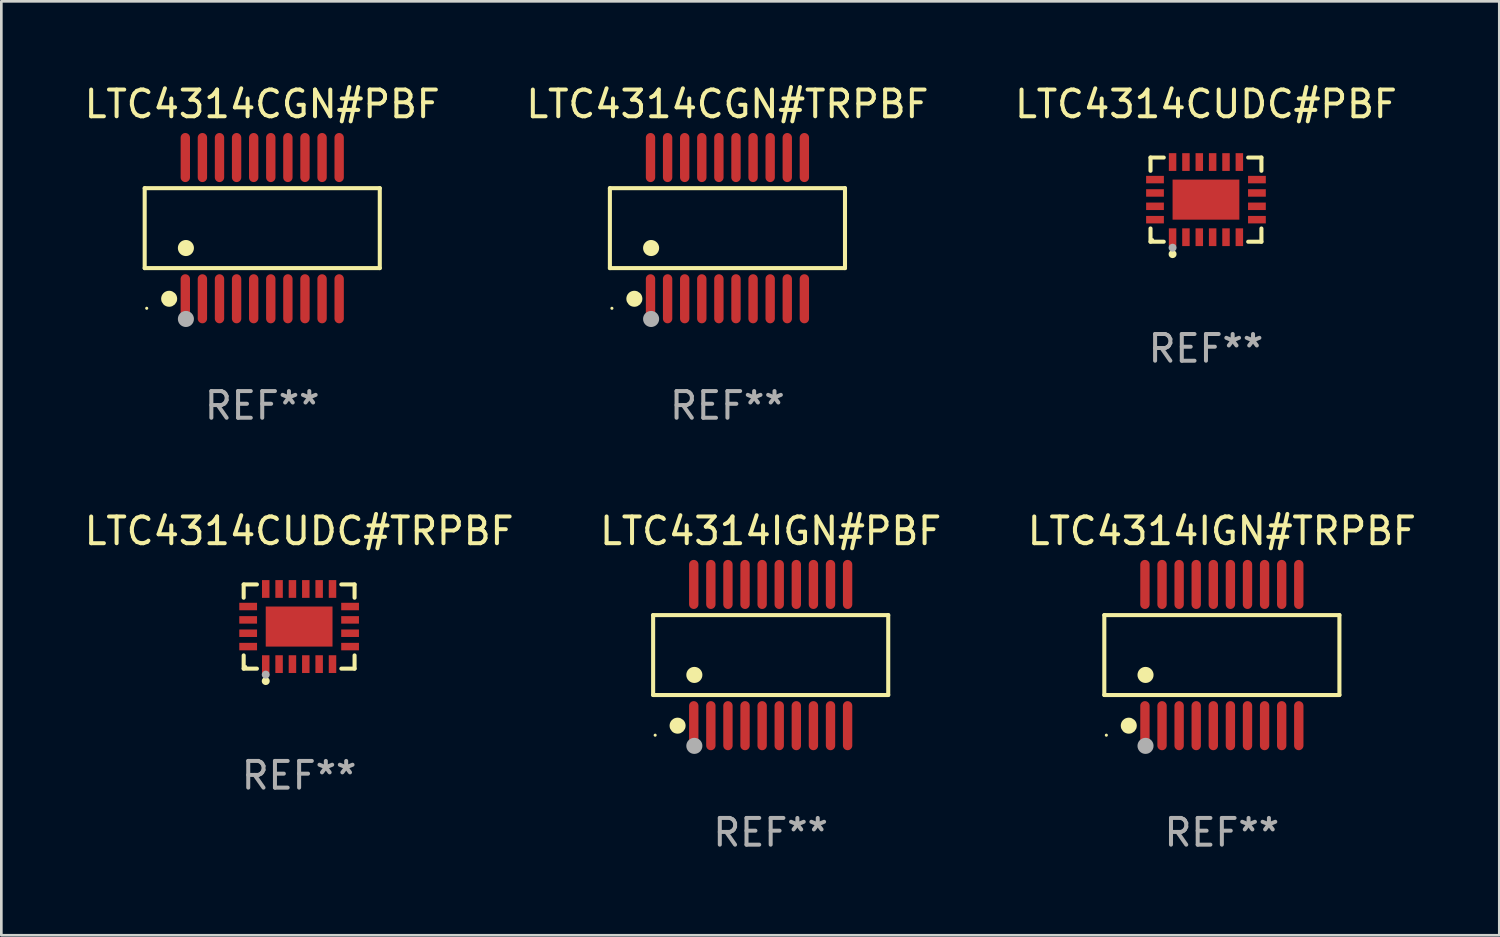
<source format=kicad_pcb>
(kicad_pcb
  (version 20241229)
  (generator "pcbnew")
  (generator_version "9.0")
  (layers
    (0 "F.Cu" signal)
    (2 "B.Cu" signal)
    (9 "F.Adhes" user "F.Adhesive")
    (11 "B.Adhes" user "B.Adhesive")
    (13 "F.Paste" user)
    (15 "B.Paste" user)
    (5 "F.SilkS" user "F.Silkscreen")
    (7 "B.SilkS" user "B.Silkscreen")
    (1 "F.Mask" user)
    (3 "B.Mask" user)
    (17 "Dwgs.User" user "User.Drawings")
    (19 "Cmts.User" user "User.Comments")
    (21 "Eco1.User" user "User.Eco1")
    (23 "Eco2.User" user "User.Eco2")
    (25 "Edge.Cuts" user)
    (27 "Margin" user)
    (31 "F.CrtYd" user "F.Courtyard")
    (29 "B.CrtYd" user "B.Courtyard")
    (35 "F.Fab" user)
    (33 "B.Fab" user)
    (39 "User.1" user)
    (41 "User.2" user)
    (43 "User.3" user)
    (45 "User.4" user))
  (footprint "LTC4314CGN#TRPBF"
    (layer "F.Cu")
    (at 24.185 5.492)
    (property "Reference" "LTC4314CGN#TRPBF" (at 0 -4.644 0) (layer "F.SilkS") (effects (font (size 1 1) (thickness 0.15))))
    (attr through_hole)
    (fp_line (start -4.401 -1.497) (end 4.401 -1.497) (stroke (width 0.152) (type solid)) (layer "F.SilkS"))
    (fp_line (start -4.401 1.496) (end -4.401 -1.497) (stroke (width 0.152) (type solid)) (layer "F.SilkS"))
    (fp_line (start 4.401 -1.497) (end 4.401 1.496) (stroke (width 0.152) (type solid)) (layer "F.SilkS"))
    (fp_line (start 4.401 1.496) (end -4.401 1.496) (stroke (width 0.152) (type solid)) (layer "F.SilkS"))
    (fp_circle (center -4.325 3) (end -4.295 3) (stroke (width 0.06) (type solid)) (fill no) (layer "F.SilkS"))
    (fp_circle (center -3.485 2.644) (end -3.335 2.644) (stroke (width 0.3) (type solid)) (fill no) (layer "F.SilkS"))
    (fp_circle (center -2.858 0.744) (end -2.707 0.744) (stroke (width 0.3) (type solid)) (fill no) (layer "F.SilkS"))
    (fp_circle (center -2.858 3.4) (end -2.707 3.4) (stroke (width 0.3) (type solid)) (fill no) (layer "F.Fab"))
    (fp_text user "REF**" (at 0 6.644 0) (layer "F.Fab") (effects (font (size 1 1) (thickness 0.15))))
    (pad "1" smd oval (at -2.88 2.644) (size 0.35 1.837) (layers "F.Cu" "F.Mask" "F.Paste"))
    (pad "2" smd oval (at -2.24 2.644) (size 0.35 1.837) (layers "F.Cu" "F.Mask" "F.Paste"))
    (pad "3" smd oval (at -1.6 2.644) (size 0.35 1.837) (layers "F.Cu" "F.Mask" "F.Paste"))
    (pad "4" smd oval (at -0.96 2.644) (size 0.35 1.837) (layers "F.Cu" "F.Mask" "F.Paste"))
    (pad "5" smd oval (at -0.32 2.644) (size 0.35 1.837) (layers "F.Cu" "F.Mask" "F.Paste"))
    (pad "6" smd oval (at 0.32 2.644) (size 0.35 1.837) (layers "F.Cu" "F.Mask" "F.Paste"))
    (pad "7" smd oval (at 0.96 2.644) (size 0.35 1.837) (layers "F.Cu" "F.Mask" "F.Paste"))
    (pad "8" smd oval (at 1.6 2.644) (size 0.35 1.837) (layers "F.Cu" "F.Mask" "F.Paste"))
    (pad "9" smd oval (at 2.24 2.644) (size 0.35 1.837) (layers "F.Cu" "F.Mask" "F.Paste"))
    (pad "10" smd oval (at 2.88 2.644) (size 0.35 1.837) (layers "F.Cu" "F.Mask" "F.Paste"))
    (pad "11" smd oval (at 2.88 -2.644 180) (size 0.35 1.837) (layers "F.Cu" "F.Mask" "F.Paste"))
    (pad "12" smd oval (at 2.24 -2.644 180) (size 0.35 1.837) (layers "F.Cu" "F.Mask" "F.Paste"))
    (pad "13" smd oval (at 1.6 -2.644 180) (size 0.35 1.837) (layers "F.Cu" "F.Mask" "F.Paste"))
    (pad "14" smd oval (at 0.96 -2.644 180) (size 0.35 1.837) (layers "F.Cu" "F.Mask" "F.Paste"))
    (pad "15" smd oval (at 0.32 -2.644 180) (size 0.35 1.837) (layers "F.Cu" "F.Mask" "F.Paste"))
    (pad "16" smd oval (at -0.32 -2.644 180) (size 0.35 1.837) (layers "F.Cu" "F.Mask" "F.Paste"))
    (pad "17" smd oval (at -0.96 -2.644 180) (size 0.35 1.837) (layers "F.Cu" "F.Mask" "F.Paste"))
    (pad "18" smd oval (at -1.6 -2.644 180) (size 0.35 1.837) (layers "F.Cu" "F.Mask" "F.Paste"))
    (pad "19" smd oval (at -2.24 -2.644 180) (size 0.35 1.837) (layers "F.Cu" "F.Mask" "F.Paste"))
    (pad "20" smd oval (at -2.88 -2.644 180) (size 0.35 1.837) (layers "F.Cu" "F.Mask" "F.Paste")))
  (footprint "LTC4314CUDC#TRPBF"
    (layer "F.Cu")
    (at 8.149 20.408)
    (property "Reference" "LTC4314CUDC#TRPBF" (at 0 -3.576 0) (layer "F.SilkS") (effects (font (size 1 1) (thickness 0.15))))
    (attr through_hole)
    (fp_line (start -2.076 -1.576) (end -1.58 -1.576) (stroke (width 0.152) (type solid)) (layer "F.SilkS"))
    (fp_line (start -2.076 -1.08) (end -2.076 -1.576) (stroke (width 0.152) (type solid)) (layer "F.SilkS"))
    (fp_line (start -2.076 1.08) (end -2.076 1.576) (stroke (width 0.152) (type solid)) (layer "F.SilkS"))
    (fp_line (start -2.076 1.576) (end -1.58 1.576) (stroke (width 0.152) (type solid)) (layer "F.SilkS"))
    (fp_line (start 2.076 -1.576) (end 1.58 -1.576) (stroke (width 0.152) (type solid)) (layer "F.SilkS"))
    (fp_line (start 2.076 -1.08) (end 2.076 -1.576) (stroke (width 0.152) (type solid)) (layer "F.SilkS"))
    (fp_line (start 2.076 1.08) (end 2.076 1.576) (stroke (width 0.152) (type solid)) (layer "F.SilkS"))
    (fp_line (start 2.076 1.576) (end 1.58 1.576) (stroke (width 0.152) (type solid)) (layer "F.SilkS"))
    (fp_circle (center -2 1.5) (end -1.97 1.5) (stroke (width 0.06) (type solid)) (fill no) (layer "F.SilkS"))
    (fp_circle (center -1.25 2.04) (end -1.175 2.04) (stroke (width 0.15) (type solid)) (fill no) (layer "F.SilkS"))
    (fp_circle (center -1.25 1.8) (end -1.175 1.8) (stroke (width 0.15) (type solid)) (fill no) (layer "F.Fab"))
    (fp_text user "REF**" (at 0 5.576 0) (layer "F.Fab") (effects (font (size 1 1) (thickness 0.15))))
    (pad "1" smd rect (at -1.25 1.407) (size 0.28 0.665) (layers "F.Cu" "F.Mask" "F.Paste"))
    (pad "2" smd rect (at -0.75 1.407) (size 0.28 0.665) (layers "F.Cu" "F.Mask" "F.Paste"))
    (pad "3" smd rect (at -0.25 1.407) (size 0.28 0.665) (layers "F.Cu" "F.Mask" "F.Paste"))
    (pad "4" smd rect (at 0.25 1.407) (size 0.28 0.665) (layers "F.Cu" "F.Mask" "F.Paste"))
    (pad "5" smd rect (at 0.75 1.407) (size 0.28 0.665) (layers "F.Cu" "F.Mask" "F.Paste"))
    (pad "6" smd rect (at 1.25 1.407) (size 0.28 0.665) (layers "F.Cu" "F.Mask" "F.Paste"))
    (pad "7" smd rect (at 1.908 0.75) (size 0.665 0.28) (layers "F.Cu" "F.Mask" "F.Paste"))
    (pad "8" smd rect (at 1.908 0.25) (size 0.665 0.28) (layers "F.Cu" "F.Mask" "F.Paste"))
    (pad "9" smd rect (at 1.908 -0.25) (size 0.665 0.28) (layers "F.Cu" "F.Mask" "F.Paste"))
    (pad "10" smd rect (at 1.908 -0.75) (size 0.665 0.28) (layers "F.Cu" "F.Mask" "F.Paste"))
    (pad "11" smd rect (at 1.25 -1.407) (size 0.28 0.665) (layers "F.Cu" "F.Mask" "F.Paste"))
    (pad "12" smd rect (at 0.75 -1.407) (size 0.28 0.665) (layers "F.Cu" "F.Mask" "F.Paste"))
    (pad "13" smd rect (at 0.25 -1.407) (size 0.28 0.665) (layers "F.Cu" "F.Mask" "F.Paste"))
    (pad "14" smd rect (at -0.25 -1.407) (size 0.28 0.665) (layers "F.Cu" "F.Mask" "F.Paste"))
    (pad "15" smd rect (at -0.75 -1.407) (size 0.28 0.665) (layers "F.Cu" "F.Mask" "F.Paste"))
    (pad "16" smd rect (at -1.25 -1.407) (size 0.28 0.665) (layers "F.Cu" "F.Mask" "F.Paste"))
    (pad "17" smd rect (at -1.908 -0.75) (size 0.665 0.28) (layers "F.Cu" "F.Mask" "F.Paste"))
    (pad "18" smd rect (at -1.908 -0.25) (size 0.665 0.28) (layers "F.Cu" "F.Mask" "F.Paste"))
    (pad "19" smd rect (at -1.908 0.25) (size 0.665 0.28) (layers "F.Cu" "F.Mask" "F.Paste"))
    (pad "20" smd rect (at -1.908 0.75) (size 0.665 0.28) (layers "F.Cu" "F.Mask" "F.Paste"))
    (pad "21" smd rect (at 0 0) (size 2.5 1.5) (layers "F.Cu" "F.Mask" "F.Paste")))
  (footprint "LTC4314CGN#PBF"
    (layer "F.Cu")
    (at 6.768 5.492)
    (property "Reference" "LTC4314CGN#PBF" (at 0 -4.644 0) (layer "F.SilkS") (effects (font (size 1 1) (thickness 0.15))))
    (attr through_hole)
    (fp_line (start -4.401 -1.497) (end 4.401 -1.497) (stroke (width 0.152) (type solid)) (layer "F.SilkS"))
    (fp_line (start -4.401 1.496) (end -4.401 -1.497) (stroke (width 0.152) (type solid)) (layer "F.SilkS"))
    (fp_line (start 4.401 -1.497) (end 4.401 1.496) (stroke (width 0.152) (type solid)) (layer "F.SilkS"))
    (fp_line (start 4.401 1.496) (end -4.401 1.496) (stroke (width 0.152) (type solid)) (layer "F.SilkS"))
    (fp_circle (center -4.325 3) (end -4.295 3) (stroke (width 0.06) (type solid)) (fill no) (layer "F.SilkS"))
    (fp_circle (center -3.485 2.644) (end -3.335 2.644) (stroke (width 0.3) (type solid)) (fill no) (layer "F.SilkS"))
    (fp_circle (center -2.858 0.744) (end -2.707 0.744) (stroke (width 0.3) (type solid)) (fill no) (layer "F.SilkS"))
    (fp_circle (center -2.858 3.4) (end -2.707 3.4) (stroke (width 0.3) (type solid)) (fill no) (layer "F.Fab"))
    (fp_text user "REF**" (at 0 6.644 0) (layer "F.Fab") (effects (font (size 1 1) (thickness 0.15))))
    (pad "1" smd oval (at -2.88 2.644) (size 0.35 1.837) (layers "F.Cu" "F.Mask" "F.Paste"))
    (pad "2" smd oval (at -2.24 2.644) (size 0.35 1.837) (layers "F.Cu" "F.Mask" "F.Paste"))
    (pad "3" smd oval (at -1.6 2.644) (size 0.35 1.837) (layers "F.Cu" "F.Mask" "F.Paste"))
    (pad "4" smd oval (at -0.96 2.644) (size 0.35 1.837) (layers "F.Cu" "F.Mask" "F.Paste"))
    (pad "5" smd oval (at -0.32 2.644) (size 0.35 1.837) (layers "F.Cu" "F.Mask" "F.Paste"))
    (pad "6" smd oval (at 0.32 2.644) (size 0.35 1.837) (layers "F.Cu" "F.Mask" "F.Paste"))
    (pad "7" smd oval (at 0.96 2.644) (size 0.35 1.837) (layers "F.Cu" "F.Mask" "F.Paste"))
    (pad "8" smd oval (at 1.6 2.644) (size 0.35 1.837) (layers "F.Cu" "F.Mask" "F.Paste"))
    (pad "9" smd oval (at 2.24 2.644) (size 0.35 1.837) (layers "F.Cu" "F.Mask" "F.Paste"))
    (pad "10" smd oval (at 2.88 2.644) (size 0.35 1.837) (layers "F.Cu" "F.Mask" "F.Paste"))
    (pad "11" smd oval (at 2.88 -2.644 180) (size 0.35 1.837) (layers "F.Cu" "F.Mask" "F.Paste"))
    (pad "12" smd oval (at 2.24 -2.644 180) (size 0.35 1.837) (layers "F.Cu" "F.Mask" "F.Paste"))
    (pad "13" smd oval (at 1.6 -2.644 180) (size 0.35 1.837) (layers "F.Cu" "F.Mask" "F.Paste"))
    (pad "14" smd oval (at 0.96 -2.644 180) (size 0.35 1.837) (layers "F.Cu" "F.Mask" "F.Paste"))
    (pad "15" smd oval (at 0.32 -2.644 180) (size 0.35 1.837) (layers "F.Cu" "F.Mask" "F.Paste"))
    (pad "16" smd oval (at -0.32 -2.644 180) (size 0.35 1.837) (layers "F.Cu" "F.Mask" "F.Paste"))
    (pad "17" smd oval (at -0.96 -2.644 180) (size 0.35 1.837) (layers "F.Cu" "F.Mask" "F.Paste"))
    (pad "18" smd oval (at -1.6 -2.644 180) (size 0.35 1.837) (layers "F.Cu" "F.Mask" "F.Paste"))
    (pad "19" smd oval (at -2.24 -2.644 180) (size 0.35 1.837) (layers "F.Cu" "F.Mask" "F.Paste"))
    (pad "20" smd oval (at -2.88 -2.644 180) (size 0.35 1.837) (layers "F.Cu" "F.Mask" "F.Paste")))
  (footprint "LTC4314CUDC#PBF"
    (layer "F.Cu")
    (at 42.101 4.424)
    (property "Reference" "LTC4314CUDC#PBF" (at 0 -3.576 0) (layer "F.SilkS") (effects (font (size 1 1) (thickness 0.15))))
    (attr through_hole)
    (fp_line (start -2.076 -1.576) (end -1.58 -1.576) (stroke (width 0.152) (type solid)) (layer "F.SilkS"))
    (fp_line (start -2.076 -1.08) (end -2.076 -1.576) (stroke (width 0.152) (type solid)) (layer "F.SilkS"))
    (fp_line (start -2.076 1.08) (end -2.076 1.576) (stroke (width 0.152) (type solid)) (layer "F.SilkS"))
    (fp_line (start -2.076 1.576) (end -1.58 1.576) (stroke (width 0.152) (type solid)) (layer "F.SilkS"))
    (fp_line (start 2.076 -1.576) (end 1.58 -1.576) (stroke (width 0.152) (type solid)) (layer "F.SilkS"))
    (fp_line (start 2.076 -1.08) (end 2.076 -1.576) (stroke (width 0.152) (type solid)) (layer "F.SilkS"))
    (fp_line (start 2.076 1.08) (end 2.076 1.576) (stroke (width 0.152) (type solid)) (layer "F.SilkS"))
    (fp_line (start 2.076 1.576) (end 1.58 1.576) (stroke (width 0.152) (type solid)) (layer "F.SilkS"))
    (fp_circle (center -2 1.5) (end -1.97 1.5) (stroke (width 0.06) (type solid)) (fill no) (layer "F.SilkS"))
    (fp_circle (center -1.25 2.04) (end -1.175 2.04) (stroke (width 0.15) (type solid)) (fill no) (layer "F.SilkS"))
    (fp_circle (center -1.25 1.8) (end -1.175 1.8) (stroke (width 0.15) (type solid)) (fill no) (layer "F.Fab"))
    (fp_text user "REF**" (at 0 5.576 0) (layer "F.Fab") (effects (font (size 1 1) (thickness 0.15))))
    (pad "1" smd rect (at -1.25 1.407) (size 0.28 0.665) (layers "F.Cu" "F.Mask" "F.Paste"))
    (pad "2" smd rect (at -0.75 1.407) (size 0.28 0.665) (layers "F.Cu" "F.Mask" "F.Paste"))
    (pad "3" smd rect (at -0.25 1.407) (size 0.28 0.665) (layers "F.Cu" "F.Mask" "F.Paste"))
    (pad "4" smd rect (at 0.25 1.407) (size 0.28 0.665) (layers "F.Cu" "F.Mask" "F.Paste"))
    (pad "5" smd rect (at 0.75 1.407) (size 0.28 0.665) (layers "F.Cu" "F.Mask" "F.Paste"))
    (pad "6" smd rect (at 1.25 1.407) (size 0.28 0.665) (layers "F.Cu" "F.Mask" "F.Paste"))
    (pad "7" smd rect (at 1.908 0.75) (size 0.665 0.28) (layers "F.Cu" "F.Mask" "F.Paste"))
    (pad "8" smd rect (at 1.908 0.25) (size 0.665 0.28) (layers "F.Cu" "F.Mask" "F.Paste"))
    (pad "9" smd rect (at 1.908 -0.25) (size 0.665 0.28) (layers "F.Cu" "F.Mask" "F.Paste"))
    (pad "10" smd rect (at 1.908 -0.75) (size 0.665 0.28) (layers "F.Cu" "F.Mask" "F.Paste"))
    (pad "11" smd rect (at 1.25 -1.407) (size 0.28 0.665) (layers "F.Cu" "F.Mask" "F.Paste"))
    (pad "12" smd rect (at 0.75 -1.407) (size 0.28 0.665) (layers "F.Cu" "F.Mask" "F.Paste"))
    (pad "13" smd rect (at 0.25 -1.407) (size 0.28 0.665) (layers "F.Cu" "F.Mask" "F.Paste"))
    (pad "14" smd rect (at -0.25 -1.407) (size 0.28 0.665) (layers "F.Cu" "F.Mask" "F.Paste"))
    (pad "15" smd rect (at -0.75 -1.407) (size 0.28 0.665) (layers "F.Cu" "F.Mask" "F.Paste"))
    (pad "16" smd rect (at -1.25 -1.407) (size 0.28 0.665) (layers "F.Cu" "F.Mask" "F.Paste"))
    (pad "17" smd rect (at -1.908 -0.75) (size 0.665 0.28) (layers "F.Cu" "F.Mask" "F.Paste"))
    (pad "18" smd rect (at -1.908 -0.25) (size 0.665 0.28) (layers "F.Cu" "F.Mask" "F.Paste"))
    (pad "19" smd rect (at -1.908 0.25) (size 0.665 0.28) (layers "F.Cu" "F.Mask" "F.Paste"))
    (pad "20" smd rect (at -1.908 0.75) (size 0.665 0.28) (layers "F.Cu" "F.Mask" "F.Paste"))
    (pad "21" smd rect (at 0 0) (size 2.5 1.5) (layers "F.Cu" "F.Mask" "F.Paste")))
  (footprint "LTC4314IGN#TRPBF"
    (layer "F.Cu")
    (at 42.696 21.475)
    (property "Reference" "LTC4314IGN#TRPBF" (at 0 -4.644 0) (layer "F.SilkS") (effects (font (size 1 1) (thickness 0.15))))
    (attr through_hole)
    (fp_line (start -4.401 -1.497) (end 4.401 -1.497) (stroke (width 0.152) (type solid)) (layer "F.SilkS"))
    (fp_line (start -4.401 1.496) (end -4.401 -1.497) (stroke (width 0.152) (type solid)) (layer "F.SilkS"))
    (fp_line (start 4.401 -1.497) (end 4.401 1.496) (stroke (width 0.152) (type solid)) (layer "F.SilkS"))
    (fp_line (start 4.401 1.496) (end -4.401 1.496) (stroke (width 0.152) (type solid)) (layer "F.SilkS"))
    (fp_circle (center -4.325 3) (end -4.295 3) (stroke (width 0.06) (type solid)) (fill no) (layer "F.SilkS"))
    (fp_circle (center -3.485 2.644) (end -3.335 2.644) (stroke (width 0.3) (type solid)) (fill no) (layer "F.SilkS"))
    (fp_circle (center -2.858 0.744) (end -2.707 0.744) (stroke (width 0.3) (type solid)) (fill no) (layer "F.SilkS"))
    (fp_circle (center -2.858 3.4) (end -2.707 3.4) (stroke (width 0.3) (type solid)) (fill no) (layer "F.Fab"))
    (fp_text user "REF**" (at 0 6.644 0) (layer "F.Fab") (effects (font (size 1 1) (thickness 0.15))))
    (pad "1" smd oval (at -2.88 2.644) (size 0.35 1.837) (layers "F.Cu" "F.Mask" "F.Paste"))
    (pad "2" smd oval (at -2.24 2.644) (size 0.35 1.837) (layers "F.Cu" "F.Mask" "F.Paste"))
    (pad "3" smd oval (at -1.6 2.644) (size 0.35 1.837) (layers "F.Cu" "F.Mask" "F.Paste"))
    (pad "4" smd oval (at -0.96 2.644) (size 0.35 1.837) (layers "F.Cu" "F.Mask" "F.Paste"))
    (pad "5" smd oval (at -0.32 2.644) (size 0.35 1.837) (layers "F.Cu" "F.Mask" "F.Paste"))
    (pad "6" smd oval (at 0.32 2.644) (size 0.35 1.837) (layers "F.Cu" "F.Mask" "F.Paste"))
    (pad "7" smd oval (at 0.96 2.644) (size 0.35 1.837) (layers "F.Cu" "F.Mask" "F.Paste"))
    (pad "8" smd oval (at 1.6 2.644) (size 0.35 1.837) (layers "F.Cu" "F.Mask" "F.Paste"))
    (pad "9" smd oval (at 2.24 2.644) (size 0.35 1.837) (layers "F.Cu" "F.Mask" "F.Paste"))
    (pad "10" smd oval (at 2.88 2.644) (size 0.35 1.837) (layers "F.Cu" "F.Mask" "F.Paste"))
    (pad "11" smd oval (at 2.88 -2.644 180) (size 0.35 1.837) (layers "F.Cu" "F.Mask" "F.Paste"))
    (pad "12" smd oval (at 2.24 -2.644 180) (size 0.35 1.837) (layers "F.Cu" "F.Mask" "F.Paste"))
    (pad "13" smd oval (at 1.6 -2.644 180) (size 0.35 1.837) (layers "F.Cu" "F.Mask" "F.Paste"))
    (pad "14" smd oval (at 0.96 -2.644 180) (size 0.35 1.837) (layers "F.Cu" "F.Mask" "F.Paste"))
    (pad "15" smd oval (at 0.32 -2.644 180) (size 0.35 1.837) (layers "F.Cu" "F.Mask" "F.Paste"))
    (pad "16" smd oval (at -0.32 -2.644 180) (size 0.35 1.837) (layers "F.Cu" "F.Mask" "F.Paste"))
    (pad "17" smd oval (at -0.96 -2.644 180) (size 0.35 1.837) (layers "F.Cu" "F.Mask" "F.Paste"))
    (pad "18" smd oval (at -1.6 -2.644 180) (size 0.35 1.837) (layers "F.Cu" "F.Mask" "F.Paste"))
    (pad "19" smd oval (at -2.24 -2.644 180) (size 0.35 1.837) (layers "F.Cu" "F.Mask" "F.Paste"))
    (pad "20" smd oval (at -2.88 -2.644 180) (size 0.35 1.837) (layers "F.Cu" "F.Mask" "F.Paste")))
  (footprint "LTC4314IGN#PBF"
    (layer "F.Cu")
    (at 25.804 21.475)
    (property "Reference" "LTC4314IGN#PBF" (at 0 -4.644 0) (layer "F.SilkS") (effects (font (size 1 1) (thickness 0.15))))
    (attr through_hole)
    (fp_line (start -4.401 -1.497) (end 4.401 -1.497) (stroke (width 0.152) (type solid)) (layer "F.SilkS"))
    (fp_line (start -4.401 1.496) (end -4.401 -1.497) (stroke (width 0.152) (type solid)) (layer "F.SilkS"))
    (fp_line (start 4.401 -1.497) (end 4.401 1.496) (stroke (width 0.152) (type solid)) (layer "F.SilkS"))
    (fp_line (start 4.401 1.496) (end -4.401 1.496) (stroke (width 0.152) (type solid)) (layer "F.SilkS"))
    (fp_circle (center -4.325 3) (end -4.295 3) (stroke (width 0.06) (type solid)) (fill no) (layer "F.SilkS"))
    (fp_circle (center -3.485 2.644) (end -3.335 2.644) (stroke (width 0.3) (type solid)) (fill no) (layer "F.SilkS"))
    (fp_circle (center -2.858 0.744) (end -2.707 0.744) (stroke (width 0.3) (type solid)) (fill no) (layer "F.SilkS"))
    (fp_circle (center -2.858 3.4) (end -2.707 3.4) (stroke (width 0.3) (type solid)) (fill no) (layer "F.Fab"))
    (fp_text user "REF**" (at 0 6.644 0) (layer "F.Fab") (effects (font (size 1 1) (thickness 0.15))))
    (pad "1" smd oval (at -2.88 2.644) (size 0.35 1.837) (layers "F.Cu" "F.Mask" "F.Paste"))
    (pad "2" smd oval (at -2.24 2.644) (size 0.35 1.837) (layers "F.Cu" "F.Mask" "F.Paste"))
    (pad "3" smd oval (at -1.6 2.644) (size 0.35 1.837) (layers "F.Cu" "F.Mask" "F.Paste"))
    (pad "4" smd oval (at -0.96 2.644) (size 0.35 1.837) (layers "F.Cu" "F.Mask" "F.Paste"))
    (pad "5" smd oval (at -0.32 2.644) (size 0.35 1.837) (layers "F.Cu" "F.Mask" "F.Paste"))
    (pad "6" smd oval (at 0.32 2.644) (size 0.35 1.837) (layers "F.Cu" "F.Mask" "F.Paste"))
    (pad "7" smd oval (at 0.96 2.644) (size 0.35 1.837) (layers "F.Cu" "F.Mask" "F.Paste"))
    (pad "8" smd oval (at 1.6 2.644) (size 0.35 1.837) (layers "F.Cu" "F.Mask" "F.Paste"))
    (pad "9" smd oval (at 2.24 2.644) (size 0.35 1.837) (layers "F.Cu" "F.Mask" "F.Paste"))
    (pad "10" smd oval (at 2.88 2.644) (size 0.35 1.837) (layers "F.Cu" "F.Mask" "F.Paste"))
    (pad "11" smd oval (at 2.88 -2.644 180) (size 0.35 1.837) (layers "F.Cu" "F.Mask" "F.Paste"))
    (pad "12" smd oval (at 2.24 -2.644 180) (size 0.35 1.837) (layers "F.Cu" "F.Mask" "F.Paste"))
    (pad "13" smd oval (at 1.6 -2.644 180) (size 0.35 1.837) (layers "F.Cu" "F.Mask" "F.Paste"))
    (pad "14" smd oval (at 0.96 -2.644 180) (size 0.35 1.837) (layers "F.Cu" "F.Mask" "F.Paste"))
    (pad "15" smd oval (at 0.32 -2.644 180) (size 0.35 1.837) (layers "F.Cu" "F.Mask" "F.Paste"))
    (pad "16" smd oval (at -0.32 -2.644 180) (size 0.35 1.837) (layers "F.Cu" "F.Mask" "F.Paste"))
    (pad "17" smd oval (at -0.96 -2.644 180) (size 0.35 1.837) (layers "F.Cu" "F.Mask" "F.Paste"))
    (pad "18" smd oval (at -1.6 -2.644 180) (size 0.35 1.837) (layers "F.Cu" "F.Mask" "F.Paste"))
    (pad "19" smd oval (at -2.24 -2.644 180) (size 0.35 1.837) (layers "F.Cu" "F.Mask" "F.Paste"))
    (pad "20" smd oval (at -2.88 -2.644 180) (size 0.35 1.837) (layers "F.Cu" "F.Mask" "F.Paste")))
  (gr_rect
    (start -3 -3)
    (end 53.083 31.967)
    (stroke (width 0.1) (type default))
    (fill no)
    (layer "Edge.Cuts")))
</source>
